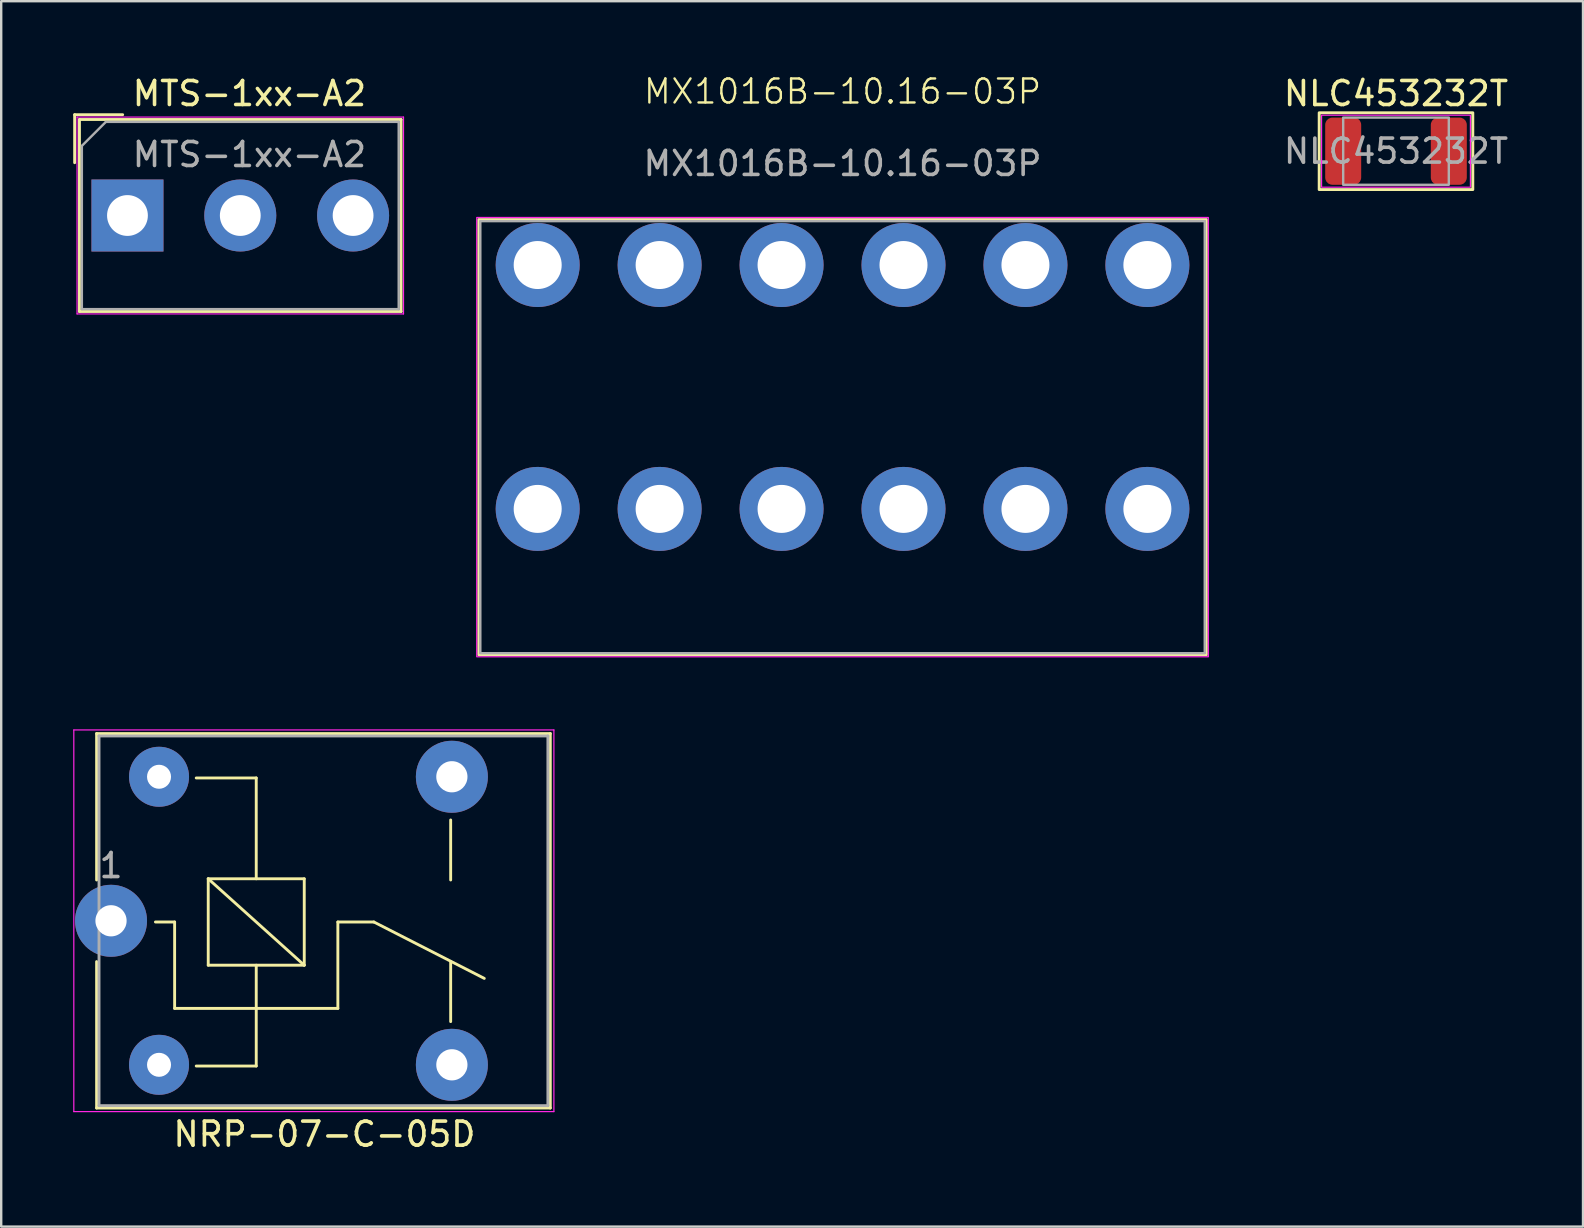
<source format=kicad_pcb>
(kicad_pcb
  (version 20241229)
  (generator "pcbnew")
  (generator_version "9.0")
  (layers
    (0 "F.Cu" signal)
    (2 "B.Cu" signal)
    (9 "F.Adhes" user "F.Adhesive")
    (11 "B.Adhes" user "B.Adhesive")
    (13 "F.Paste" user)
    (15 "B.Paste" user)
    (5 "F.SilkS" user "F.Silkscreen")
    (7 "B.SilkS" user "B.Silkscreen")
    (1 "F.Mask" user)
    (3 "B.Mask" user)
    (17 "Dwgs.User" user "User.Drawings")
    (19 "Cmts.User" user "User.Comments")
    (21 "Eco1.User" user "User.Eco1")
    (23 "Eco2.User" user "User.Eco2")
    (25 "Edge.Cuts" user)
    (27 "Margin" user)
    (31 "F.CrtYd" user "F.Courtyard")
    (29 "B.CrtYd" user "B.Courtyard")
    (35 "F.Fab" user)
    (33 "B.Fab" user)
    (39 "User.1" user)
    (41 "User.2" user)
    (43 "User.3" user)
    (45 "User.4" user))
  (footprint "NRP-07-C-05D"
    (layer "F.Cu")
    (at 1.575 35.31)
    (property "Reference" "NRP-07-C-05D" (at 8.89 8.89 0) (layer "F.SilkS") (effects (font (size 1 1) (thickness 0.15))))
    (attr through_hole)
    (fp_line (start -0.6 -7.8) (end -0.6 -1.7) (stroke (width 0.12) (type solid)) (layer "F.SilkS"))
    (fp_line (start -0.6 -7.8) (end 18.3 -7.8) (stroke (width 0.12) (type solid)) (layer "F.SilkS"))
    (fp_line (start -0.6 1.7) (end -0.6 7.8) (stroke (width 0.12) (type solid)) (layer "F.SilkS"))
    (fp_line (start 2.65 0.05) (end 1.85 0.05) (stroke (width 0.12) (type solid)) (layer "F.SilkS"))
    (fp_line (start 2.65 0.05) (end 2.65 3.65) (stroke (width 0.12) (type solid)) (layer "F.SilkS"))
    (fp_line (start 3.55 6.05) (end 6.05 6.05) (stroke (width 0.12) (type solid)) (layer "F.SilkS"))
    (fp_line (start 4.05 -1.75) (end 8.05 -1.75) (stroke (width 0.12) (type solid)) (layer "F.SilkS"))
    (fp_line (start 4.05 1.85) (end 4.05 -1.75) (stroke (width 0.12) (type solid)) (layer "F.SilkS"))
    (fp_line (start 6.05 -5.95) (end 3.55 -5.95) (stroke (width 0.12) (type solid)) (layer "F.SilkS"))
    (fp_line (start 6.05 -5.95) (end 6.05 -1.75) (stroke (width 0.12) (type solid)) (layer "F.SilkS"))
    (fp_line (start 6.05 1.85) (end 6.05 6.05) (stroke (width 0.12) (type solid)) (layer "F.SilkS"))
    (fp_line (start 8.05 -1.75) (end 8.05 1.85) (stroke (width 0.12) (type solid)) (layer "F.SilkS"))
    (fp_line (start 8.05 1.85) (end 4.05 -1.75) (stroke (width 0.12) (type solid)) (layer "F.SilkS"))
    (fp_line (start 8.05 1.85) (end 4.05 1.85) (stroke (width 0.12) (type solid)) (layer "F.SilkS"))
    (fp_line (start 9.45 0.05) (end 9.45 3.65) (stroke (width 0.12) (type solid)) (layer "F.SilkS"))
    (fp_line (start 9.45 0.05) (end 10.95 0.05) (stroke (width 0.12) (type solid)) (layer "F.SilkS"))
    (fp_line (start 9.45 3.65) (end 2.65 3.65) (stroke (width 0.12) (type solid)) (layer "F.SilkS"))
    (fp_line (start 10.95 0.05) (end 15.55 2.4) (stroke (width 0.12) (type solid)) (layer "F.SilkS"))
    (fp_line (start 14.15 -4.2) (end 14.15 -1.7) (stroke (width 0.12) (type solid)) (layer "F.SilkS"))
    (fp_line (start 14.15 1.7) (end 14.15 4.2) (stroke (width 0.12) (type solid)) (layer "F.SilkS"))
    (fp_line (start 18.3 -7.8) (end 18.3 7.8) (stroke (width 0.12) (type solid)) (layer "F.SilkS"))
    (fp_line (start 18.3 7.8) (end -0.6 7.8) (stroke (width 0.12) (type solid)) (layer "F.SilkS"))
    (fp_line (start -1.55 7.95) (end -1.55 -7.95) (stroke (width 0.05) (type solid)) (layer "F.CrtYd"))
    (fp_line (start -1.55 7.95) (end 18.45 7.95) (stroke (width 0.05) (type solid)) (layer "F.CrtYd"))
    (fp_line (start 18.45 -7.95) (end -1.55 -7.95) (stroke (width 0.05) (type solid)) (layer "F.CrtYd"))
    (fp_line (start 18.45 -7.95) (end 18.45 7.95) (stroke (width 0.05) (type solid)) (layer "F.CrtYd"))
    (fp_line (start -0.5 -7.7) (end 18.2 -7.7) (stroke (width 0.12) (type solid)) (layer "F.Fab"))
    (fp_line (start -0.5 7.7) (end -0.5 -7.7) (stroke (width 0.12) (type solid)) (layer "F.Fab"))
    (fp_line (start 18.2 -7.7) (end 18.2 7.7) (stroke (width 0.12) (type solid)) (layer "F.Fab"))
    (fp_line (start 18.2 7.7) (end -0.5 7.7) (stroke (width 0.12) (type solid)) (layer "F.Fab"))
    (fp_text user "1" (at 0 -2.3 0) (layer "F.Fab") (effects (font (size 1 1) (thickness 0.15))))
    (pad "1" thru_hole circle (at 0 0 90) (size 3 3) (drill 1.3) (layers "*.Cu" "*.Mask"))
    (pad "2" thru_hole circle (at 2 6 90) (size 2.5 2.5) (drill 1) (layers "*.Cu" "*.Mask"))
    (pad "3" thru_hole circle (at 14.2 6 90) (size 3 3) (drill 1.3) (layers "*.Cu" "*.Mask"))
    (pad "4" thru_hole circle (at 14.2 -6 90) (size 3 3) (drill 1.3) (layers "*.Cu" "*.Mask"))
    (pad "5" thru_hole circle (at 2 -6 90) (size 2.5 2.5) (drill 1) (layers "*.Cu" "*.Mask")))
  (footprint "MTS-1xx-A2"
    (layer "F.Cu")
    (at 2.26 5.928)
    (property "Reference" "MTS-1xx-A2" (at 5.08 -5.08 0) (unlocked yes) (layer "F.SilkS") (effects (font (size 1 1) (thickness 0.15))))
    (attr through_hole)
    (fp_line (start -2.2 -4.2) (end -2.2 -2.2) (stroke (width 0.12) (type solid)) (layer "F.SilkS"))
    (fp_line (start -2 -4) (end -2 4) (stroke (width 0.12) (type solid)) (layer "F.SilkS"))
    (fp_line (start -2 -4) (end 11.4 -4) (stroke (width 0.12) (type solid)) (layer "F.SilkS"))
    (fp_line (start -2 4) (end 11.4 4) (stroke (width 0.12) (type solid)) (layer "F.SilkS"))
    (fp_line (start -0.2 -4.2) (end -2.2 -4.2) (stroke (width 0.12) (type solid)) (layer "F.SilkS"))
    (fp_line (start 11.4 -4) (end 11.4 4) (stroke (width 0.12) (type solid)) (layer "F.SilkS"))
    (fp_line (start -2.1 -4.1) (end 11.5 -4.1) (stroke (width 0.05) (type solid)) (layer "F.CrtYd"))
    (fp_line (start -2.1 4.1) (end -2.1 -4.1) (stroke (width 0.05) (type solid)) (layer "F.CrtYd"))
    (fp_line (start 11.5 4.1) (end -2.1 4.1) (stroke (width 0.05) (type solid)) (layer "F.CrtYd"))
    (fp_line (start 11.5 4.1) (end 11.5 -4.1) (stroke (width 0.05) (type solid)) (layer "F.CrtYd"))
    (fp_line (start -1.9 -2.9) (end -1.9 3.9) (stroke (width 0.1) (type solid)) (layer "F.Fab"))
    (fp_line (start -0.9 -3.9) (end -1.9 -2.9) (stroke (width 0.1) (type solid)) (layer "F.Fab"))
    (fp_line (start -0.9 -3.9) (end 11.3 -3.9) (stroke (width 0.1) (type solid)) (layer "F.Fab"))
    (fp_line (start 11.3 3.9) (end -1.9 3.9) (stroke (width 0.1) (type solid)) (layer "F.Fab"))
    (fp_line (start 11.3 3.9) (end 11.3 -3.9) (stroke (width 0.1) (type solid)) (layer "F.Fab"))
    (fp_text user "${REFERENCE}" (at 5.08 -2.54 0) (unlocked yes) (layer "F.Fab") (effects (font (size 1 1) (thickness 0.15))))
    (pad "1" thru_hole rect (at 0 0) (size 3 3) (drill 1.7) (layers "*.Cu" "*.Mask"))
    (pad "2" thru_hole circle (at 4.7 0) (size 3 3) (drill 1.7) (layers "*.Cu" "*.Mask"))
    (pad "3" thru_hole circle (at 9.4 0) (size 3 3) (drill 1.7) (layers "*.Cu" "*.Mask")))
  (footprint "MX1016B-10.16-03P"
    (layer "F.Cu")
    (at 32.05 15.161)
    (property "Reference" "MX1016B-10.16-03P" (at 0 -14.4 0) (unlocked yes) (layer "F.SilkS") (effects (font (size 1 1) (thickness 0.1))))
    (attr exclude_from_pos_files exclude_from_bom)
    (fp_rect (start -15.165 -9.075) (end 15.165 9.075) (stroke (width 0.1) (type solid)) (fill no) (layer "F.SilkS"))
    (fp_rect (start -15.24 -9.15) (end 15.24 9.15) (stroke (width 0.05) (type solid)) (fill no) (layer "F.CrtYd"))
    (fp_rect (start -15.09 -9) (end 15.09 9) (stroke (width 0.1) (type solid)) (fill no) (layer "F.Fab"))
    (fp_text user "${REFERENCE}" (at 0 -11.4 0) (unlocked yes) (layer "F.Fab") (effects (font (size 1 1) (thickness 0.15))))
    (pad "1" thru_hole circle (at -12.7 -7.17) (size 3.5 3.5) (drill 2) (layers "*.Cu" "*.Mask"))
    (pad "1" thru_hole circle (at -12.7 2.99) (size 3.5 3.5) (drill 2) (layers "*.Cu" "*.Mask"))
    (pad "1" thru_hole circle (at -7.62 -7.17) (size 3.5 3.5) (drill 2) (layers "*.Cu" "*.Mask"))
    (pad "1" thru_hole circle (at -7.62 2.99) (size 3.5 3.5) (drill 2) (layers "*.Cu" "*.Mask"))
    (pad "2" thru_hole circle (at -2.54 -7.17) (size 3.5 3.5) (drill 2) (layers "*.Cu" "*.Mask"))
    (pad "2" thru_hole circle (at -2.54 2.99) (size 3.5 3.5) (drill 2) (layers "*.Cu" "*.Mask"))
    (pad "2" thru_hole circle (at 2.54 -7.17) (size 3.5 3.5) (drill 2) (layers "*.Cu" "*.Mask"))
    (pad "2" thru_hole circle (at 2.54 2.99) (size 3.5 3.5) (drill 2) (layers "*.Cu" "*.Mask"))
    (pad "3" thru_hole circle (at 7.62 -7.17) (size 3.5 3.5) (drill 2) (layers "*.Cu" "*.Mask"))
    (pad "3" thru_hole circle (at 7.62 2.99) (size 3.5 3.5) (drill 2) (layers "*.Cu" "*.Mask"))
    (pad "3" thru_hole circle (at 12.7 -7.17) (size 3.5 3.5) (drill 2) (layers "*.Cu" "*.Mask"))
    (pad "3" thru_hole circle (at 12.7 2.99) (size 3.5 3.5) (drill 2) (layers "*.Cu" "*.Mask")))
  (footprint "NLC453232T"
    (layer "F.Cu")
    (at 55.107 3.248)
    (property "Reference" "NLC453232T" (at 0 -2.4 0) (unlocked yes) (layer "F.SilkS") (effects (font (size 1 1) (thickness 0.15))))
    (attr smd)
    (fp_rect (start -3.2 -1.6) (end 3.2 1.6) (stroke (width 0.12) (type solid)) (fill no) (layer "F.SilkS"))
    (fp_rect (start -3.1 -1.5) (end 3.1 1.5) (stroke (width 0.05) (type solid)) (fill no) (layer "F.CrtYd"))
    (fp_rect (start -2.2 -1.4) (end 2.2 1.4) (stroke (width 0.1) (type solid)) (fill no) (layer "F.Fab"))
    (fp_text user "${REFERENCE}" (at 0 0 0) (unlocked yes) (layer "F.Fab") (effects (font (size 1 1) (thickness 0.15))))
    (pad "1" smd roundrect (at -2.2 0) (size 1.5 2.8) (layers "F.Cu" "F.Mask" "F.Paste") (roundrect_rratio 0.2))
    (pad "2" smd roundrect (at 2.2 0) (size 1.5 2.8) (layers "F.Cu" "F.Mask" "F.Paste") (roundrect_rratio 0.2)))
  (gr_rect
    (start -3 -3)
    (end 62.898 48.049)
    (stroke (width 0.1) (type default))
    (fill no)
    (layer "Edge.Cuts")))
</source>
